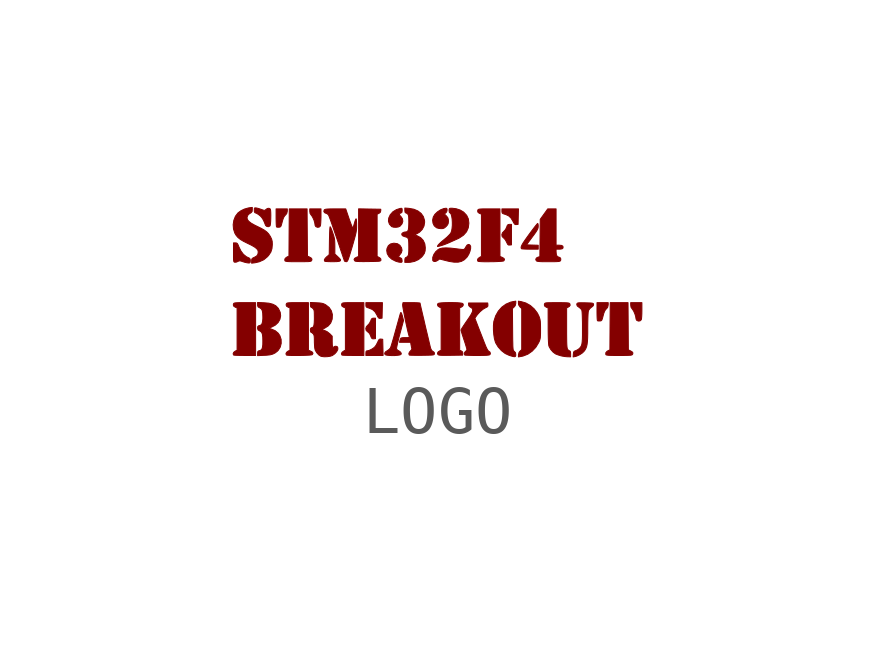
<source format=kicad_sym>
(kicad_symbol_lib
  (version 20210619)
  (generator bitmap2component)
  (symbol "LOGO"
    (pin_names
      (offset 1.016))
    (property "Reference" "#G"
      (at 0 1.21 0)
      (effects (font (size 1.27 1.27)) hide))
    (symbol "LOGO_0_0"
      (polyline (pts (xy -2.39 -1.677) (xy -2.331 -1.669) (xy -2.286 -1.655) (xy -2.277 -1.65) (xy -2.23 -1.616) (xy -2.193 -1.574) (xy -2.17 -1.531) (xy -2.167 -1.495) (xy -2.18 -1.468) (xy -2.209 -1.459) (xy -2.232 -1.462) (xy -2.251 -1.473) (xy -2.251 -1.474) (xy -2.266 -1.488) (xy -2.277 -1.475) (xy -2.283 -1.435) (xy -2.285 -1.368) (xy -2.285 -1.25) (xy -2.337 -1.197) (xy -2.338 -1.197) (xy -2.392 -1.155) (xy -2.449 -1.129) (xy -2.509 -1.113) (xy -2.441 -1.082) (xy -2.367 -1.035) (xy -2.316 -0.974) (xy -2.287 -0.898) (xy -2.285 -0.887) (xy -2.281 -0.799) (xy -2.303 -0.72) (xy -2.349 -0.651) (xy -2.42 -0.596) (xy -2.425 -0.593) (xy -2.461 -0.575) (xy -2.498 -0.564) (xy -2.546 -0.557) (xy -2.612 -0.553) (xy -2.74 -0.547) (xy -2.74 -0.597) (xy -2.739 -0.605) (xy -2.735 -0.635) (xy -2.726 -0.647) (xy -2.709 -0.654) (xy -2.684 -0.675) (xy -2.682 -0.677) (xy -2.671 -0.693) (xy -2.663 -0.714) (xy -2.659 -0.746) (xy -2.658 -0.795) (xy -2.657 -0.866) (xy -2.657 -0.898) (xy -2.66 -0.971) (xy -2.666 -1.021) (xy -2.678 -1.053) (xy -2.695 -1.069) (xy -2.72 -1.074) (xy -2.735 -1.086) (xy -2.74 -1.122) (xy -2.74 -1.128) (xy -2.735 -1.158) (xy -2.726 -1.17) (xy -2.709 -1.177) (xy -2.684 -1.198) (xy -2.679 -1.204) (xy -2.668 -1.222) (xy -2.661 -1.249) (xy -2.658 -1.29) (xy -2.657 -1.353) (xy -2.657 -1.377) (xy -2.654 -1.439) (xy -2.65 -1.492) (xy -2.643 -1.527) (xy -2.636 -1.547) (xy -2.607 -1.595) (xy -2.567 -1.639) (xy -2.526 -1.666) (xy -2.506 -1.672) (xy -2.452 -1.679) (xy -2.39 -1.677)) (stroke (width 0.01)) (fill (type outline)))
      (polyline (pts (xy 1.531 -1.674) (xy 1.54 -1.659) (xy 1.542 -1.633) (xy 1.536 -1.595) (xy 1.511 -1.566) (xy 1.505 -1.562) (xy 1.497 -1.554) (xy 1.492 -1.544) (xy 1.487 -1.526) (xy 1.484 -1.498) (xy 1.481 -1.458) (xy 1.48 -1.402) (xy 1.478 -1.327) (xy 1.477 -1.231) (xy 1.476 -1.11) (xy 1.472 -0.674) (xy 1.507 -0.642) (xy 1.53 -0.614) (xy 1.542 -0.565) (xy 1.542 -0.52) (xy 1.484 -0.529) (xy 1.435 -0.54) (xy 1.338 -0.581) (xy 1.251 -0.644) (xy 1.178 -0.727) (xy 1.122 -0.826) (xy 1.086 -0.938) (xy 1.083 -0.951) (xy 1.076 -1.03) (xy 1.076 -1.12) (xy 1.083 -1.214) (xy 1.096 -1.3) (xy 1.116 -1.37) (xy 1.124 -1.391) (xy 1.175 -1.475) (xy 1.242 -1.55) (xy 1.321 -1.611) (xy 1.405 -1.65) (xy 1.418 -1.654) (xy 1.475 -1.671) (xy 1.511 -1.678) (xy 1.531 -1.674)) (stroke (width 0.01)) (fill (type outline)))
      (polyline (pts (xy 1.655 -1.672) (xy 1.694 -1.664) (xy 1.794 -1.625) (xy 1.884 -1.562) (xy 1.961 -1.48) (xy 2.021 -1.38) (xy 2.036 -1.348) (xy 2.046 -1.317) (xy 2.053 -1.285) (xy 2.056 -1.243) (xy 2.058 -1.186) (xy 2.058 -1.108) (xy 2.058 -1.067) (xy 2.057 -0.998) (xy 2.054 -0.946) (xy 2.048 -0.906) (xy 2.039 -0.872) (xy 2.026 -0.836) (xy 1.993 -0.769) (xy 1.927 -0.682) (xy 1.846 -0.61) (xy 1.753 -0.558) (xy 1.654 -0.529) (xy 1.597 -0.52) (xy 1.597 -0.565) (xy 1.602 -0.598) (xy 1.631 -0.641) (xy 1.666 -0.673) (xy 1.666 -1.53) (xy 1.631 -1.561) (xy 1.61 -1.588) (xy 1.597 -1.638) (xy 1.597 -1.682) (xy 1.655 -1.672)) (stroke (width 0.01)) (fill (type outline)))
      (polyline (pts (xy 2.685 -1.618) (xy 2.684 -1.595) (xy 2.678 -1.565) (xy 2.665 -1.556) (xy 2.646 -1.548) (xy 2.623 -1.525) (xy 2.618 -1.514) (xy 2.613 -1.495) (xy 2.609 -1.467) (xy 2.606 -1.427) (xy 2.604 -1.37) (xy 2.603 -1.296) (xy 2.602 -1.199) (xy 2.602 -1.078) (xy 2.602 -0.662) (xy 2.633 -0.645) (xy 2.659 -0.629) (xy 2.676 -0.604) (xy 2.669 -0.576) (xy 2.665 -0.569) (xy 2.655 -0.562) (xy 2.636 -0.557) (xy 2.606 -0.554) (xy 2.559 -0.552) (xy 2.493 -0.551) (xy 2.403 -0.551) (xy 2.398 -0.551) (xy 2.31 -0.551) (xy 2.245 -0.552) (xy 2.2 -0.553) (xy 2.171 -0.556) (xy 2.154 -0.561) (xy 2.145 -0.568) (xy 2.141 -0.578) (xy 2.137 -0.599) (xy 2.148 -0.627) (xy 2.183 -0.648) (xy 2.216 -0.66) (xy 2.217 -1.029) (xy 2.217 -1.099) (xy 2.218 -1.203) (xy 2.22 -1.293) (xy 2.223 -1.367) (xy 2.227 -1.42) (xy 2.231 -1.449) (xy 2.239 -1.471) (xy 2.272 -1.528) (xy 2.319 -1.581) (xy 2.37 -1.619) (xy 2.387 -1.626) (xy 2.432 -1.643) (xy 2.481 -1.658) (xy 2.505 -1.664) (xy 2.565 -1.674) (xy 2.619 -1.679) (xy 2.685 -1.68) (xy 2.685 -1.618)) (stroke (width 0.01)) (fill (type outline)))
      (polyline (pts (xy 2.784 -1.673) (xy 2.812 -1.665) (xy 2.875 -1.636) (xy 2.933 -1.597) (xy 2.974 -1.555) (xy 2.987 -1.535) (xy 3.005 -1.502) (xy 3.019 -1.464) (xy 3.029 -1.418) (xy 3.036 -1.36) (xy 3.04 -1.286) (xy 3.042 -1.192) (xy 3.042 -1.074) (xy 3.043 -0.969) (xy 3.045 -0.875) (xy 3.048 -0.801) (xy 3.052 -0.747) (xy 3.058 -0.718) (xy 3.059 -0.714) (xy 3.084 -0.677) (xy 3.12 -0.646) (xy 3.129 -0.64) (xy 3.158 -0.614) (xy 3.164 -0.587) (xy 3.162 -0.578) (xy 3.155 -0.568) (xy 3.139 -0.562) (xy 3.11 -0.558) (xy 3.063 -0.556) (xy 2.993 -0.554) (xy 2.925 -0.553) (xy 2.874 -0.553) (xy 2.842 -0.556) (xy 2.825 -0.562) (xy 2.817 -0.571) (xy 2.813 -0.594) (xy 2.826 -0.622) (xy 2.864 -0.65) (xy 2.864 -0.65) (xy 2.897 -0.677) (xy 2.919 -0.709) (xy 2.921 -0.719) (xy 2.925 -0.756) (xy 2.928 -0.815) (xy 2.93 -0.89) (xy 2.932 -0.978) (xy 2.932 -1.075) (xy 2.932 -1.14) (xy 2.932 -1.237) (xy 2.93 -1.312) (xy 2.926 -1.369) (xy 2.92 -1.412) (xy 2.911 -1.444) (xy 2.898 -1.469) (xy 2.882 -1.49) (xy 2.86 -1.512) (xy 2.825 -1.536) (xy 2.786 -1.554) (xy 2.784 -1.554) (xy 2.759 -1.565) (xy 2.747 -1.585) (xy 2.742 -1.623) (xy 2.738 -1.682) (xy 2.784 -1.673)) (stroke (width 0.01)) (fill (type outline)))
      (polyline (pts (xy -3.882 -0.551) (xy -4.109 -0.551) (xy -4.163 -0.551) (xy -4.232 -0.551) (xy -4.28 -0.553) (xy -4.311 -0.556) (xy -4.329 -0.561) (xy -4.339 -0.568) (xy -4.343 -0.578) (xy -4.347 -0.599) (xy -4.336 -0.627) (xy -4.301 -0.648) (xy -4.268 -0.66) (xy -4.268 -1.541) (xy -4.309 -1.563) (xy -4.339 -1.587) (xy -4.351 -1.617) (xy -4.341 -1.643) (xy -4.333 -1.645) (xy -4.301 -1.648) (xy -4.249 -1.65) (xy -4.183 -1.651) (xy -4.107 -1.652) (xy -3.882 -1.652) (xy -3.882 -0.551)) (stroke (width 0.01)) (fill (type outline)))
      (polyline (pts (xy -3.7 -1.649) (xy -3.656 -1.647) (xy -3.581 -1.639) (xy -3.523 -1.623) (xy -3.475 -1.599) (xy -3.43 -1.564) (xy -3.41 -1.544) (xy -3.368 -1.477) (xy -3.348 -1.399) (xy -3.35 -1.317) (xy -3.376 -1.239) (xy -3.41 -1.188) (xy -3.474 -1.135) (xy -3.557 -1.1) (xy -3.614 -1.085) (xy -3.546 -1.059) (xy -3.472 -1.02) (xy -3.413 -0.965) (xy -3.375 -0.899) (xy -3.36 -0.827) (xy -3.369 -0.751) (xy -3.405 -0.676) (xy -3.415 -0.662) (xy -3.462 -0.615) (xy -3.524 -0.583) (xy -3.604 -0.562) (xy -3.707 -0.553) (xy -3.841 -0.547) (xy -3.841 -0.594) (xy -3.84 -0.616) (xy -3.829 -0.641) (xy -3.8 -0.657) (xy -3.79 -0.661) (xy -3.762 -0.682) (xy -3.743 -0.718) (xy -3.734 -0.771) (xy -3.731 -0.847) (xy -3.731 -0.885) (xy -3.737 -0.948) (xy -3.749 -0.99) (xy -3.769 -1.016) (xy -3.799 -1.028) (xy -3.819 -1.033) (xy -3.837 -1.048) (xy -3.841 -1.079) (xy -3.84 -1.095) (xy -3.83 -1.122) (xy -3.8 -1.138) (xy -3.776 -1.151) (xy -3.754 -1.175) (xy -3.74 -1.213) (xy -3.733 -1.27) (xy -3.731 -1.349) (xy -3.732 -1.425) (xy -3.739 -1.481) (xy -3.751 -1.518) (xy -3.771 -1.54) (xy -3.799 -1.551) (xy -3.824 -1.558) (xy -3.838 -1.574) (xy -3.841 -1.607) (xy -3.841 -1.655) (xy -3.7 -1.649)) (stroke (width 0.01)) (fill (type outline)))
      (polyline (pts (xy -2.959 -1.652) (xy -2.885 -1.651) (xy -2.816 -1.648) (xy -2.759 -1.645) (xy -2.719 -1.64) (xy -2.701 -1.635) (xy -2.686 -1.609) (xy -2.696 -1.584) (xy -2.733 -1.562) (xy -2.781 -1.542) (xy -2.781 -0.551) (xy -3.007 -0.551) (xy -3.062 -0.551) (xy -3.131 -0.551) (xy -3.179 -0.553) (xy -3.21 -0.556) (xy -3.228 -0.561) (xy -3.237 -0.568) (xy -3.242 -0.578) (xy -3.246 -0.599) (xy -3.235 -0.627) (xy -3.199 -0.648) (xy -3.166 -0.66) (xy -3.166 -1.541) (xy -3.208 -1.563) (xy -3.238 -1.587) (xy -3.25 -1.617) (xy -3.24 -1.643) (xy -3.237 -1.644) (xy -3.212 -1.648) (xy -3.166 -1.651) (xy -3.105 -1.653) (xy -3.035 -1.653) (xy -2.959 -1.652)) (stroke (width 0.01)) (fill (type outline)))
      (polyline (pts (xy -1.625 -0.551) (xy -1.851 -0.551) (xy -1.905 -0.551) (xy -1.974 -0.551) (xy -2.022 -0.553) (xy -2.053 -0.556) (xy -2.071 -0.561) (xy -2.081 -0.568) (xy -2.086 -0.578) (xy -2.09 -0.599) (xy -2.079 -0.627) (xy -2.043 -0.648) (xy -2.01 -0.66) (xy -2.01 -1.541) (xy -2.051 -1.563) (xy -2.081 -1.587) (xy -2.093 -1.617) (xy -2.083 -1.643) (xy -2.075 -1.645) (xy -2.043 -1.648) (xy -1.992 -1.65) (xy -1.925 -1.651) (xy -1.849 -1.652) (xy -1.625 -1.652) (xy -1.625 -0.551)) (stroke (width 0.01)) (fill (type outline)))
      (polyline (pts (xy -1.228 -1.483) (xy -1.232 -1.315) (xy -1.27 -1.31) (xy -1.282 -1.31) (xy -1.302 -1.314) (xy -1.318 -1.333) (xy -1.336 -1.372) (xy -1.347 -1.394) (xy -1.371 -1.439) (xy -1.395 -1.471) (xy -1.423 -1.496) (xy -1.469 -1.525) (xy -1.517 -1.547) (xy -1.555 -1.556) (xy -1.568 -1.557) (xy -1.58 -1.571) (xy -1.583 -1.604) (xy -1.583 -1.652) (xy -1.224 -1.652) (xy -1.228 -1.483)) (stroke (width 0.01)) (fill (type outline)))
      (polyline (pts (xy -0.972 -1.653) (xy -0.917 -1.648) (xy -0.875 -1.641) (xy -0.853 -1.631) (xy -0.849 -1.626) (xy -0.845 -1.607) (xy -0.86 -1.583) (xy -0.881 -1.565) (xy -0.91 -1.548) (xy -0.925 -1.54) (xy -0.943 -1.514) (xy -0.944 -1.51) (xy -0.941 -1.483) (xy -0.931 -1.435) (xy -0.917 -1.369) (xy -0.897 -1.291) (xy -0.875 -1.205) (xy -0.798 -0.922) (xy -0.818 -0.845) (xy -0.823 -0.824) (xy -0.838 -0.779) (xy -0.849 -0.758) (xy -0.858 -0.758) (xy -0.862 -0.77) (xy -0.873 -0.805) (xy -0.888 -0.86) (xy -0.908 -0.932) (xy -0.931 -1.015) (xy -0.957 -1.108) (xy -0.979 -1.188) (xy -1.004 -1.278) (xy -1.027 -1.357) (xy -1.046 -1.421) (xy -1.061 -1.467) (xy -1.07 -1.491) (xy -1.071 -1.494) (xy -1.099 -1.526) (xy -1.136 -1.552) (xy -1.175 -1.577) (xy -1.192 -1.605) (xy -1.183 -1.633) (xy -1.174 -1.639) (xy -1.141 -1.647) (xy -1.091 -1.652) (xy -1.032 -1.654) (xy -0.972 -1.653)) (stroke (width 0.01)) (fill (type outline)))
      (polyline (pts (xy -0.414 -1.649) (xy -0.376 -1.648) (xy -0.296 -1.647) (xy -0.239 -1.645) (xy -0.2 -1.643) (xy -0.175 -1.639) (xy -0.162 -1.633) (xy -0.156 -1.625) (xy -0.154 -1.614) (xy -0.158 -1.588) (xy -0.185 -1.567) (xy -0.211 -1.548) (xy -0.233 -1.502) (xy -0.238 -1.483) (xy -0.249 -1.438) (xy -0.264 -1.375) (xy -0.282 -1.298) (xy -0.303 -1.21) (xy -0.326 -1.115) (xy -0.349 -1.018) (xy -0.371 -0.92) (xy -0.393 -0.828) (xy -0.413 -0.743) (xy -0.43 -0.67) (xy -0.443 -0.613) (xy -0.451 -0.575) (xy -0.454 -0.56) (xy -0.455 -0.559) (xy -0.472 -0.556) (xy -0.51 -0.553) (xy -0.565 -0.551) (xy -0.631 -0.551) (xy -0.809 -0.551) (xy -0.817 -0.591) (xy -0.817 -0.594) (xy -0.815 -0.622) (xy -0.807 -0.671) (xy -0.795 -0.737) (xy -0.781 -0.813) (xy -0.764 -0.897) (xy -0.746 -0.983) (xy -0.727 -1.067) (xy -0.71 -1.143) (xy -0.694 -1.208) (xy -0.68 -1.256) (xy -0.679 -1.268) (xy -0.688 -1.276) (xy -0.714 -1.28) (xy -0.762 -1.28) (xy -0.793 -1.28) (xy -0.831 -1.283) (xy -0.853 -1.291) (xy -0.864 -1.308) (xy -0.873 -1.339) (xy -0.882 -1.377) (xy -0.65 -1.377) (xy -0.642 -1.431) (xy -0.64 -1.439) (xy -0.633 -1.478) (xy -0.625 -1.505) (xy -0.629 -1.529) (xy -0.653 -1.557) (xy -0.676 -1.583) (xy -0.688 -1.616) (xy -0.679 -1.643) (xy -0.663 -1.646) (xy -0.624 -1.648) (xy -0.567 -1.649) (xy -0.495 -1.65) (xy -0.414 -1.649)) (stroke (width 0.01)) (fill (type outline)))
      (polyline (pts (xy 0.184 -1.649) (xy 0.434 -1.645) (xy 0.438 -1.61) (xy 0.438 -1.609) (xy 0.433 -1.578) (xy 0.407 -1.558) (xy 0.372 -1.542) (xy 0.372 -0.66) (xy 0.405 -0.645) (xy 0.433 -0.627) (xy 0.449 -0.598) (xy 0.439 -0.57) (xy 0.421 -0.563) (xy 0.381 -0.557) (xy 0.324 -0.552) (xy 0.256 -0.55) (xy 0.182 -0.549) (xy 0.107 -0.55) (xy 0.038 -0.552) (xy -0.02 -0.556) (xy -0.061 -0.562) (xy -0.081 -0.57) (xy -0.091 -0.592) (xy -0.081 -0.621) (xy -0.047 -0.645) (xy -0.014 -0.66) (xy -0.014 -1.542) (xy -0.047 -1.558) (xy -0.075 -1.576) (xy -0.091 -1.604) (xy -0.081 -1.633) (xy -0.074 -1.638) (xy -0.057 -1.644) (xy -0.025 -1.648) (xy 0.023 -1.65) (xy 0.092 -1.65) (xy 0.184 -1.649)) (stroke (width 0.01)) (fill (type outline)))
      (polyline (pts (xy 0.785 -1.652) (xy 0.867 -1.651) (xy 0.927 -1.649) (xy 0.967 -1.645) (xy 0.992 -1.64) (xy 1.004 -1.633) (xy 1.013 -1.611) (xy 1.004 -1.582) (xy 0.977 -1.562) (xy 0.968 -1.555) (xy 0.947 -1.524) (xy 0.92 -1.468) (xy 0.887 -1.386) (xy 0.863 -1.324) (xy 0.826 -1.229) (xy 0.788 -1.132) (xy 0.755 -1.047) (xy 0.689 -0.875) (xy 0.725 -0.823) (xy 0.743 -0.799) (xy 0.798 -0.739) (xy 0.859 -0.688) (xy 0.916 -0.655) (xy 0.945 -0.641) (xy 0.96 -0.623) (xy 0.961 -0.596) (xy 0.957 -0.558) (xy 0.558 -0.558) (xy 0.558 -0.592) (xy 0.563 -0.615) (xy 0.59 -0.642) (xy 0.617 -0.657) (xy 0.638 -0.678) (xy 0.645 -0.705) (xy 0.638 -0.74) (xy 0.616 -0.787) (xy 0.578 -0.849) (xy 0.523 -0.929) (xy 0.498 -0.965) (xy 0.459 -1.023) (xy 0.428 -1.071) (xy 0.407 -1.105) (xy 0.399 -1.121) (xy 0.4 -1.125) (xy 0.407 -1.15) (xy 0.42 -1.195) (xy 0.439 -1.254) (xy 0.461 -1.322) (xy 0.469 -1.344) (xy 0.49 -1.41) (xy 0.507 -1.466) (xy 0.519 -1.507) (xy 0.523 -1.528) (xy 0.517 -1.544) (xy 0.496 -1.566) (xy 0.477 -1.586) (xy 0.468 -1.617) (xy 0.477 -1.643) (xy 0.492 -1.646) (xy 0.529 -1.648) (xy 0.586 -1.65) (xy 0.657 -1.652) (xy 0.737 -1.652) (xy 0.785 -1.652)) (stroke (width 0.01)) (fill (type outline)))
      (polyline (pts (xy 3.782 -1.652) (xy 3.853 -1.651) (xy 3.903 -1.649) (xy 3.937 -1.647) (xy 3.958 -1.642) (xy 3.971 -1.636) (xy 3.977 -1.627) (xy 3.978 -1.626) (xy 3.984 -1.599) (xy 3.969 -1.577) (xy 3.93 -1.554) (xy 3.889 -1.535) (xy 3.882 -0.551) (xy 3.511 -0.551) (xy 3.507 -1.043) (xy 3.504 -1.535) (xy 3.465 -1.553) (xy 3.444 -1.565) (xy 3.418 -1.596) (xy 3.419 -1.631) (xy 3.42 -1.634) (xy 3.429 -1.641) (xy 3.448 -1.645) (xy 3.481 -1.649) (xy 3.531 -1.651) (xy 3.601 -1.652) (xy 3.696 -1.652) (xy 3.782 -1.652)) (stroke (width 0.01)) (fill (type outline)))
      (polyline (pts (xy -1.383 -1.301) (xy -1.383 -0.874) (xy -1.427 -0.874) (xy -1.452 -0.879) (xy -1.469 -0.896) (xy -1.483 -0.933) (xy -1.485 -0.936) (xy -1.51 -0.984) (xy -1.543 -1.02) (xy -1.572 -1.05) (xy -1.585 -1.09) (xy -1.578 -1.128) (xy -1.55 -1.156) (xy -1.548 -1.157) (xy -1.52 -1.179) (xy -1.496 -1.215) (xy -1.473 -1.271) (xy -1.468 -1.283) (xy -1.451 -1.303) (xy -1.421 -1.305) (xy -1.383 -1.301)) (stroke (width 0.01)) (fill (type outline)))
      (polyline (pts (xy 3.3 -0.933) (xy 3.321 -0.928) (xy 3.335 -0.915) (xy 3.346 -0.888) (xy 3.359 -0.84) (xy 3.375 -0.779) (xy 3.393 -0.732) (xy 3.413 -0.698) (xy 3.441 -0.669) (xy 3.458 -0.645) (xy 3.469 -0.597) (xy 3.469 -0.551) (xy 3.235 -0.551) (xy 3.235 -0.75) (xy 3.236 -0.817) (xy 3.238 -0.872) (xy 3.241 -0.911) (xy 3.245 -0.928) (xy 3.264 -0.933) (xy 3.296 -0.933) (xy 3.3 -0.933)) (stroke (width 0.01)) (fill (type outline)))
      (polyline (pts (xy 4.132 -0.931) (xy 4.157 -0.909) (xy 4.163 -0.887) (xy 4.167 -0.843) (xy 4.17 -0.784) (xy 4.171 -0.717) (xy 4.171 -0.551) (xy 3.937 -0.551) (xy 3.938 -0.602) (xy 3.945 -0.647) (xy 3.972 -0.686) (xy 3.978 -0.693) (xy 4.002 -0.732) (xy 4.024 -0.783) (xy 4.041 -0.837) (xy 4.048 -0.881) (xy 4.049 -0.892) (xy 4.064 -0.92) (xy 4.066 -0.921) (xy 4.098 -0.935) (xy 4.132 -0.931)) (stroke (width 0.01)) (fill (type outline)))
      (polyline (pts (xy -1.246 -0.874) (xy -1.242 -0.713) (xy -1.238 -0.551) (xy -1.583 -0.551) (xy -1.583 -0.598) (xy -1.583 -0.611) (xy -1.578 -0.636) (xy -1.561 -0.65) (xy -1.525 -0.662) (xy -1.518 -0.664) (xy -1.447 -0.694) (xy -1.394 -0.74) (xy -1.353 -0.808) (xy -1.339 -0.838) (xy -1.321 -0.866) (xy -1.304 -0.878) (xy -1.282 -0.878) (xy -1.246 -0.874)) (stroke (width 0.01)) (fill (type outline)))
      (polyline (pts (xy -4.006 0.278) (xy -3.995 0.291) (xy -3.992 0.324) (xy -3.992 0.331) (xy -3.997 0.359) (xy -4.013 0.378) (xy -4.048 0.394) (xy -4.076 0.408) (xy -4.136 0.457) (xy -4.188 0.526) (xy -4.23 0.611) (xy -4.248 0.656) (xy -4.263 0.682) (xy -4.28 0.693) (xy -4.303 0.695) (xy -4.343 0.695) (xy -4.343 0.459) (xy -4.343 0.391) (xy -4.342 0.346) (xy -4.339 0.317) (xy -4.333 0.301) (xy -4.325 0.294) (xy -4.313 0.292) (xy -4.286 0.294) (xy -4.251 0.308) (xy -4.237 0.316) (xy -4.216 0.321) (xy -4.188 0.317) (xy -4.144 0.302) (xy -4.112 0.292) (xy -4.064 0.281) (xy -4.03 0.276) (xy -4.006 0.278)) (stroke (width 0.01)) (fill (type outline)))
      (polyline (pts (xy -3.893 0.281) (xy -3.806 0.301) (xy -3.711 0.344) (xy -3.634 0.408) (xy -3.609 0.437) (xy -3.564 0.504) (xy -3.541 0.576) (xy -3.533 0.661) (xy -3.533 0.669) (xy -3.536 0.726) (xy -3.548 0.773) (xy -3.572 0.824) (xy -3.582 0.84) (xy -3.613 0.886) (xy -3.651 0.925) (xy -3.701 0.962) (xy -3.768 1) (xy -3.856 1.043) (xy -3.901 1.065) (xy -3.977 1.108) (xy -4.027 1.147) (xy -4.055 1.186) (xy -4.061 1.225) (xy -4.047 1.267) (xy -4.025 1.292) (xy -3.992 1.315) (xy -3.974 1.326) (xy -3.955 1.349) (xy -3.951 1.386) (xy -3.951 1.435) (xy -4.014 1.427) (xy -4.035 1.423) (xy -4.114 1.401) (xy -4.187 1.366) (xy -4.245 1.324) (xy -4.25 1.32) (xy -4.303 1.25) (xy -4.336 1.166) (xy -4.35 1.075) (xy -4.343 0.984) (xy -4.315 0.898) (xy -4.287 0.851) (xy -4.249 0.807) (xy -4.198 0.766) (xy -4.129 0.725) (xy -4.038 0.68) (xy -3.966 0.645) (xy -3.901 0.607) (xy -3.858 0.573) (xy -3.834 0.54) (xy -3.827 0.506) (xy -3.835 0.456) (xy -3.861 0.421) (xy -3.909 0.394) (xy -3.919 0.39) (xy -3.949 0.374) (xy -3.962 0.355) (xy -3.965 0.322) (xy -3.965 0.272) (xy -3.893 0.281)) (stroke (width 0.01)) (fill (type outline)))
      (polyline (pts (xy -0.839 0.291) (xy -0.828 0.303) (xy -0.829 0.334) (xy -0.829 0.335) (xy -0.838 0.369) (xy -0.86 0.383) (xy -0.869 0.385) (xy -0.895 0.397) (xy -0.897 0.417) (xy -0.875 0.448) (xy -0.844 0.489) (xy -0.829 0.54) (xy -0.84 0.593) (xy -0.874 0.645) (xy -0.924 0.678) (xy -0.991 0.688) (xy -1.006 0.688) (xy -1.069 0.673) (xy -1.114 0.638) (xy -1.142 0.581) (xy -1.149 0.538) (xy -1.138 0.471) (xy -1.103 0.41) (xy -1.046 0.357) (xy -0.969 0.317) (xy -0.945 0.308) (xy -0.899 0.295) (xy -0.863 0.29) (xy -0.839 0.291)) (stroke (width 0.01)) (fill (type outline)))
      (polyline (pts (xy -0.658 0.291) (xy -0.567 0.31) (xy -0.485 0.348) (xy -0.42 0.401) (xy -0.397 0.428) (xy -0.364 0.477) (xy -0.348 0.529) (xy -0.344 0.593) (xy -0.354 0.674) (xy -0.388 0.748) (xy -0.442 0.805) (xy -0.517 0.845) (xy -0.571 0.864) (xy -0.523 0.884) (xy -0.465 0.918) (xy -0.408 0.976) (xy -0.371 1.048) (xy -0.358 1.129) (xy -0.361 1.167) (xy -0.385 1.244) (xy -0.431 1.309) (xy -0.498 1.361) (xy -0.583 1.397) (xy -0.684 1.415) (xy -0.771 1.422) (xy -0.771 1.372) (xy -0.771 1.366) (xy -0.766 1.334) (xy -0.755 1.322) (xy -0.739 1.317) (xy -0.714 1.299) (xy -0.704 1.288) (xy -0.696 1.268) (xy -0.691 1.238) (xy -0.689 1.19) (xy -0.688 1.121) (xy -0.689 1.081) (xy -0.692 1.014) (xy -0.699 0.968) (xy -0.712 0.94) (xy -0.733 0.926) (xy -0.762 0.922) (xy -0.786 0.919) (xy -0.82 0.902) (xy -0.833 0.888) (xy -0.834 0.863) (xy -0.813 0.84) (xy -0.773 0.825) (xy -0.765 0.823) (xy -0.734 0.814) (xy -0.713 0.801) (xy -0.699 0.779) (xy -0.692 0.743) (xy -0.689 0.688) (xy -0.688 0.611) (xy -0.688 0.584) (xy -0.689 0.519) (xy -0.692 0.475) (xy -0.696 0.446) (xy -0.704 0.427) (xy -0.716 0.413) (xy -0.738 0.394) (xy -0.757 0.386) (xy -0.759 0.385) (xy -0.767 0.369) (xy -0.771 0.337) (xy -0.771 0.289) (xy -0.696 0.289) (xy -0.658 0.291)) (stroke (width 0.01)) (fill (type outline)))
      (polyline (pts (xy 0.34 0.293) (xy 0.41 0.31) (xy 0.47 0.344) (xy 0.522 0.395) (xy 0.532 0.408) (xy 0.564 0.462) (xy 0.588 0.522) (xy 0.601 0.58) (xy 0.601 0.625) (xy 0.6 0.628) (xy 0.581 0.656) (xy 0.554 0.663) (xy 0.526 0.649) (xy 0.502 0.614) (xy 0.5 0.609) (xy 0.481 0.577) (xy 0.462 0.56) (xy 0.452 0.558) (xy 0.418 0.559) (xy 0.367 0.564) (xy 0.308 0.572) (xy 0.302 0.573) (xy 0.187 0.586) (xy 0.088 0.591) (xy 0.01 0.587) (xy -0.045 0.573) (xy -0.076 0.557) (xy -0.127 0.512) (xy -0.166 0.455) (xy -0.189 0.394) (xy -0.19 0.335) (xy -0.185 0.322) (xy -0.161 0.307) (xy -0.125 0.31) (xy -0.086 0.33) (xy -0.046 0.359) (xy 0.084 0.326) (xy 0.154 0.309) (xy 0.256 0.293) (xy 0.34 0.293)) (stroke (width 0.01)) (fill (type outline)))
      (polyline (pts (xy -2.909 0.303) (xy -2.838 0.304) (xy -2.787 0.305) (xy -2.753 0.308) (xy -2.732 0.313) (xy -2.72 0.319) (xy -2.713 0.328) (xy -2.713 0.329) (xy -2.707 0.355) (xy -2.721 0.378) (xy -2.76 0.401) (xy -2.801 0.42) (xy -2.805 0.912) (xy -2.809 1.404) (xy -3.18 1.404) (xy -3.187 0.42) (xy -3.226 0.402) (xy -3.247 0.389) (xy -3.273 0.359) (xy -3.272 0.324) (xy -3.27 0.321) (xy -3.261 0.315) (xy -3.242 0.31) (xy -3.21 0.306) (xy -3.16 0.304) (xy -3.09 0.303) (xy -2.995 0.303) (xy -2.909 0.303)) (stroke (width 0.01)) (fill (type outline)))
      (polyline (pts (xy -2.187 0.305) (xy -2.138 0.311) (xy -2.114 0.323) (xy -2.111 0.342) (xy -2.13 0.369) (xy -2.168 0.406) (xy -2.23 0.464) (xy -2.23 0.621) (xy -2.231 0.69) (xy -2.234 0.747) (xy -2.241 0.795) (xy -2.254 0.845) (xy -2.274 0.905) (xy -2.286 0.94) (xy -2.304 0.988) (xy -2.319 1.02) (xy -2.328 1.032) (xy -2.329 1.031) (xy -2.333 1.009) (xy -2.336 0.966) (xy -2.339 0.904) (xy -2.341 0.828) (xy -2.343 0.742) (xy -2.347 0.451) (xy -2.399 0.406) (xy -2.433 0.372) (xy -2.45 0.338) (xy -2.441 0.312) (xy -2.428 0.309) (xy -2.392 0.306) (xy -2.34 0.304) (xy -2.278 0.303) (xy -2.261 0.303) (xy -2.187 0.305)) (stroke (width 0.01)) (fill (type outline)))
      (polyline (pts (xy -1.984 0.304) (xy -1.974 0.31) (xy -1.964 0.323) (xy -1.953 0.347) (xy -1.939 0.386) (xy -1.921 0.441) (xy -1.898 0.517) (xy -1.868 0.616) (xy -1.846 0.693) (xy -1.822 0.778) (xy -1.804 0.844) (xy -1.791 0.897) (xy -1.783 0.941) (xy -1.778 0.98) (xy -1.776 1.019) (xy -1.776 1.064) (xy -1.776 1.1) (xy -1.779 1.151) (xy -1.782 1.185) (xy -1.787 1.198) (xy -1.788 1.198) (xy -1.797 1.183) (xy -1.81 1.148) (xy -1.823 1.101) (xy -1.825 1.095) (xy -1.838 1.05) (xy -1.85 1.017) (xy -1.857 1.005) (xy -1.86 1.009) (xy -1.872 1.033) (xy -1.889 1.077) (xy -1.911 1.136) (xy -1.935 1.204) (xy -2.003 1.404) (xy -2.218 1.404) (xy -2.267 1.404) (xy -2.338 1.403) (xy -2.388 1.401) (xy -2.42 1.397) (xy -2.44 1.391) (xy -2.451 1.382) (xy -2.454 1.378) (xy -2.46 1.35) (xy -2.444 1.325) (xy -2.411 1.31) (xy -2.388 1.301) (xy -2.362 1.276) (xy -2.356 1.262) (xy -2.341 1.224) (xy -2.319 1.165) (xy -2.292 1.089) (xy -2.261 0.999) (xy -2.227 0.899) (xy -2.19 0.792) (xy -2.16 0.703) (xy -2.126 0.602) (xy -2.096 0.512) (xy -2.07 0.436) (xy -2.05 0.376) (xy -2.036 0.337) (xy -2.031 0.32) (xy -2.02 0.309) (xy -1.993 0.303) (xy -1.984 0.304)) (stroke (width 0.01)) (fill (type outline)))
      (polyline (pts (xy -1.535 0.306) (xy -1.493 0.307) (xy -1.413 0.308) (xy -1.355 0.31) (xy -1.315 0.312) (xy -1.291 0.316) (xy -1.278 0.322) (xy -1.271 0.329) (xy -1.269 0.34) (xy -1.269 0.344) (xy -1.276 0.37) (xy -1.307 0.392) (xy -1.349 0.414) (xy -1.349 1.293) (xy -1.311 1.311) (xy -1.284 1.33) (xy -1.273 1.363) (xy -1.273 1.397) (xy -1.735 1.405) (xy -1.735 0.413) (xy -1.783 0.393) (xy -1.819 0.372) (xy -1.83 0.347) (xy -1.814 0.319) (xy -1.814 0.319) (xy -1.798 0.312) (xy -1.764 0.308) (xy -1.711 0.306) (xy -1.636 0.305) (xy -1.535 0.306)) (stroke (width 0.01)) (fill (type outline)))
      (polyline (pts (xy 1.033 0.303) (xy 1.108 0.304) (xy 1.176 0.307) (xy 1.233 0.31) (xy 1.273 0.315) (xy 1.291 0.319) (xy 1.307 0.345) (xy 1.297 0.371) (xy 1.26 0.393) (xy 1.212 0.413) (xy 1.212 1.404) (xy 0.931 1.404) (xy 0.862 1.404) (xy 0.814 1.402) (xy 0.783 1.399) (xy 0.764 1.394) (xy 0.755 1.387) (xy 0.75 1.377) (xy 0.747 1.356) (xy 0.757 1.328) (xy 0.793 1.307) (xy 0.826 1.295) (xy 0.826 0.414) (xy 0.785 0.392) (xy 0.755 0.368) (xy 0.743 0.338) (xy 0.753 0.312) (xy 0.755 0.311) (xy 0.78 0.307) (xy 0.826 0.304) (xy 0.887 0.302) (xy 0.958 0.302) (xy 1.033 0.303)) (stroke (width 0.01)) (fill (type outline)))
      (polyline (pts (xy 2.341 0.303) (xy 2.396 0.305) (xy 2.433 0.307) (xy 2.456 0.312) (xy 2.469 0.318) (xy 2.476 0.327) (xy 2.477 0.328) (xy 2.481 0.361) (xy 2.466 0.388) (xy 2.437 0.399) (xy 2.435 0.399) (xy 2.406 0.413) (xy 2.388 0.45) (xy 2.382 0.508) (xy 2.382 0.564) (xy 2.449 0.564) (xy 2.469 0.565) (xy 2.507 0.571) (xy 2.524 0.585) (xy 2.528 0.597) (xy 2.525 0.625) (xy 2.499 0.642) (xy 2.449 0.647) (xy 2.382 0.647) (xy 2.382 1.404) (xy 2.208 1.404) (xy 2.13 1.295) (xy 2.052 1.187) (xy 2.048 0.797) (xy 2.044 0.407) (xy 2.011 0.4) (xy 2.006 0.398) (xy 1.972 0.38) (xy 1.958 0.353) (xy 1.968 0.325) (xy 1.977 0.317) (xy 1.995 0.311) (xy 2.025 0.307) (xy 2.071 0.304) (xy 2.136 0.303) (xy 2.225 0.303) (xy 2.264 0.303) (xy 2.341 0.303)) (stroke (width 0.01)) (fill (type outline)))
      (polyline (pts (xy 2.01 0.646) (xy 1.887 0.65) (xy 1.765 0.654) (xy 1.887 0.819) (xy 1.928 0.874) (xy 1.964 0.925) (xy 1.988 0.964) (xy 2.002 0.993) (xy 2.008 1.018) (xy 2.01 1.043) (xy 2.01 1.058) (xy 2.006 1.089) (xy 1.999 1.101) (xy 1.997 1.101) (xy 1.982 1.085) (xy 1.954 1.051) (xy 1.916 1.002) (xy 1.871 0.942) (xy 1.82 0.873) (xy 1.791 0.833) (xy 1.735 0.754) (xy 1.694 0.693) (xy 1.668 0.647) (xy 1.655 0.613) (xy 1.653 0.59) (xy 1.661 0.574) (xy 1.661 0.573) (xy 1.679 0.57) (xy 1.719 0.567) (xy 1.774 0.565) (xy 1.84 0.564) (xy 2.01 0.564) (xy 2.01 0.646)) (stroke (width 0.01)) (fill (type outline)))
      (polyline (pts (xy -0.088 0.62) (xy -0.056 0.626) (xy -0.009 0.639) (xy 0.048 0.658) (xy 0.105 0.68) (xy 0.155 0.701) (xy 0.205 0.724) (xy 0.274 0.755) (xy 0.334 0.782) (xy 0.367 0.799) (xy 0.453 0.857) (xy 0.515 0.927) (xy 0.552 1.01) (xy 0.564 1.105) (xy 0.564 1.108) (xy 0.553 1.196) (xy 0.518 1.27) (xy 0.458 1.334) (xy 0.452 1.339) (xy 0.381 1.381) (xy 0.297 1.408) (xy 0.211 1.418) (xy 0.187 1.418) (xy 0.162 1.414) (xy 0.153 1.4) (xy 0.151 1.37) (xy 0.152 1.363) (xy 0.156 1.334) (xy 0.166 1.322) (xy 0.176 1.318) (xy 0.194 1.293) (xy 0.206 1.249) (xy 0.215 1.192) (xy 0.219 1.127) (xy 0.219 1.059) (xy 0.213 0.995) (xy 0.203 0.94) (xy 0.186 0.898) (xy 0.175 0.884) (xy 0.143 0.849) (xy 0.099 0.807) (xy 0.049 0.765) (xy 0.017 0.739) (xy -0.028 0.7) (xy -0.061 0.668) (xy -0.079 0.647) (xy -0.089 0.629) (xy -0.09 0.62) (xy -0.088 0.62)) (stroke (width 0.01)) (fill (type outline)))
      (polyline (pts (xy 1.452 0.654) (xy 1.452 1.081) (xy 1.411 1.081) (xy 1.406 1.081) (xy 1.381 1.076) (xy 1.365 1.059) (xy 1.351 1.022) (xy 1.327 0.972) (xy 1.293 0.935) (xy 1.264 0.905) (xy 1.251 0.865) (xy 1.258 0.827) (xy 1.286 0.799) (xy 1.299 0.789) (xy 1.326 0.756) (xy 1.349 0.713) (xy 1.359 0.692) (xy 1.375 0.662) (xy 1.392 0.65) (xy 1.415 0.65) (xy 1.452 0.654)) (stroke (width 0.01)) (fill (type outline)))
      (polyline (pts (xy 0.023 0.994) (xy 0.056 1.008) (xy 0.091 1.038) (xy 0.12 1.072) (xy 0.134 1.105) (xy 0.138 1.149) (xy 0.135 1.189) (xy 0.123 1.223) (xy 0.095 1.257) (xy 0.051 1.3) (xy 0.081 1.319) (xy 0.088 1.325) (xy 0.104 1.351) (xy 0.111 1.382) (xy 0.107 1.407) (xy 0.092 1.418) (xy 0.041 1.411) (xy -0.027 1.384) (xy -0.091 1.342) (xy -0.145 1.29) (xy -0.178 1.235) (xy -0.192 1.17) (xy -0.184 1.106) (xy -0.158 1.051) (xy -0.113 1.013) (xy -0.106 1.009) (xy -0.063 0.997) (xy -0.016 0.992) (xy 0.023 0.994)) (stroke (width 0.01)) (fill (type outline)))
      (polyline (pts (xy -3.391 1.022) (xy -3.37 1.027) (xy -3.356 1.04) (xy -3.345 1.067) (xy -3.332 1.115) (xy -3.316 1.175) (xy -3.298 1.223) (xy -3.277 1.257) (xy -3.25 1.286) (xy -3.232 1.31) (xy -3.221 1.358) (xy -3.221 1.404) (xy -3.455 1.404) (xy -3.455 1.221) (xy -3.455 1.205) (xy -3.454 1.138) (xy -3.452 1.083) (xy -3.449 1.044) (xy -3.446 1.027) (xy -3.427 1.022) (xy -3.395 1.022) (xy -3.391 1.022)) (stroke (width 0.01)) (fill (type outline)))
      (polyline (pts (xy -2.558 1.024) (xy -2.534 1.045) (xy -2.528 1.068) (xy -2.524 1.112) (xy -2.521 1.171) (xy -2.519 1.238) (xy -2.519 1.404) (xy -2.753 1.404) (xy -2.753 1.353) (xy -2.746 1.308) (xy -2.719 1.269) (xy -2.712 1.262) (xy -2.689 1.223) (xy -2.666 1.172) (xy -2.65 1.118) (xy -2.643 1.074) (xy -2.642 1.062) (xy -2.627 1.035) (xy -2.625 1.034) (xy -2.593 1.02) (xy -2.558 1.024)) (stroke (width 0.01)) (fill (type outline)))
      (polyline (pts (xy -0.907 1.027) (xy -0.872 1.043) (xy -0.871 1.044) (xy -0.83 1.092) (xy -0.813 1.145) (xy -0.821 1.198) (xy -0.853 1.246) (xy -0.871 1.263) (xy -0.884 1.286) (xy -0.879 1.303) (xy -0.87 1.312) (xy -0.845 1.322) (xy -0.831 1.334) (xy -0.826 1.371) (xy -0.826 1.381) (xy -0.829 1.409) (xy -0.841 1.417) (xy -0.87 1.413) (xy -0.948 1.388) (xy -1.021 1.343) (xy -1.075 1.282) (xy -1.107 1.213) (xy -1.113 1.147) (xy -1.093 1.087) (xy -1.047 1.036) (xy -1.042 1.033) (xy -1.004 1.022) (xy -0.955 1.02) (xy -0.907 1.027)) (stroke (width 0.01)) (fill (type outline)))
      (polyline (pts (xy -3.582 1.049) (xy -3.578 1.06) (xy -3.572 1.094) (xy -3.568 1.144) (xy -3.566 1.204) (xy -3.565 1.266) (xy -3.566 1.323) (xy -3.569 1.369) (xy -3.574 1.396) (xy -3.58 1.405) (xy -3.605 1.417) (xy -3.637 1.412) (xy -3.667 1.392) (xy -3.679 1.38) (xy -3.694 1.373) (xy -3.717 1.377) (xy -3.756 1.39) (xy -3.775 1.397) (xy -3.824 1.413) (xy -3.865 1.423) (xy -3.878 1.425) (xy -3.9 1.425) (xy -3.909 1.412) (xy -3.91 1.378) (xy -3.908 1.346) (xy -3.898 1.326) (xy -3.875 1.316) (xy -3.861 1.311) (xy -3.825 1.289) (xy -3.788 1.26) (xy -3.781 1.254) (xy -3.753 1.223) (xy -3.728 1.185) (xy -3.703 1.134) (xy -3.675 1.063) (xy -3.672 1.058) (xy -3.647 1.037) (xy -3.613 1.033) (xy -3.582 1.049)) (stroke (width 0.01)) (fill (type outline)))
      (polyline (pts (xy 1.59 1.081) (xy 1.594 1.242) (xy 1.598 1.404) (xy 1.253 1.404) (xy 1.253 1.357) (xy 1.253 1.344) (xy 1.258 1.319) (xy 1.275 1.305) (xy 1.311 1.293) (xy 1.332 1.287) (xy 1.394 1.258) (xy 1.441 1.214) (xy 1.481 1.149) (xy 1.497 1.118) (xy 1.515 1.089) (xy 1.533 1.077) (xy 1.554 1.077) (xy 1.59 1.081)) (stroke (width 0.01)) (fill (type outline))))))
</source>
